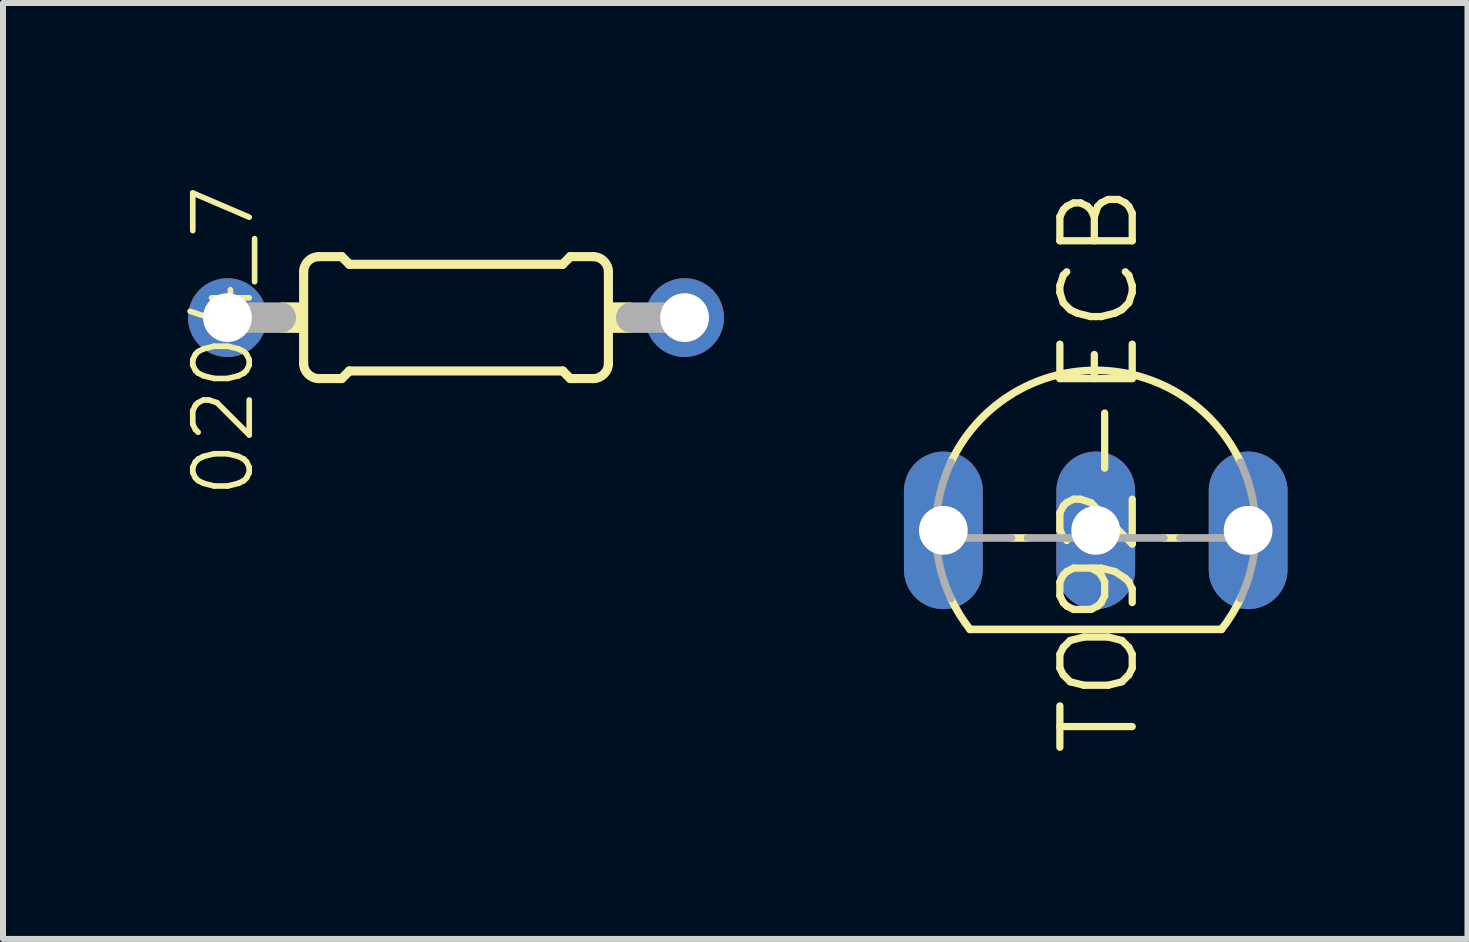
<source format=kicad_pcb>
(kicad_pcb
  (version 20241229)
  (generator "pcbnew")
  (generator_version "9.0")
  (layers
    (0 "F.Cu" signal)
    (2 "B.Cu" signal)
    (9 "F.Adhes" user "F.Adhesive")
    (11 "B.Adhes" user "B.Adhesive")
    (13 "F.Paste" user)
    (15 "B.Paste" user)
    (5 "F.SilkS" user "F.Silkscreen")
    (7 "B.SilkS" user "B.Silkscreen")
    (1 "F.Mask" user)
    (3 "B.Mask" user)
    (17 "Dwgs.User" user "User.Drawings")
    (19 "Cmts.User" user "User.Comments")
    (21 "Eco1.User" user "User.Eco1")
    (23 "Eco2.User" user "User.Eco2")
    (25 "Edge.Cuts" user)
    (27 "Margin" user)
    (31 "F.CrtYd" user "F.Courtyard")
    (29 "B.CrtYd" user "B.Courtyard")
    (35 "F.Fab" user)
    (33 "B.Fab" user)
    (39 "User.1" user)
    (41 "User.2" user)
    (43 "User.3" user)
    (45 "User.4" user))
  (footprint "TO92-ECB"
    (layer "F.Cu")
    (at 15.214 5.79)
    (property "Reference" "TO92-ECB" (at 0.762 3.81 270) (layer "F.SilkS") (effects (font (size 1.206 1.206) (thickness 0.121)) (justify left bottom)))
    (attr through_hole)
    (fp_line (start -2.095 1.651) (end 2.095 1.651) (stroke (width 0.127) (type solid)) (layer "F.SilkS"))
    (fp_line (start -1.136 0.127) (end -1.404 0.127) (stroke (width 0.127) (type solid)) (layer "F.SilkS"))
    (fp_line (start 1.404 0.127) (end 1.136 0.127) (stroke (width 0.127) (type solid)) (layer "F.SilkS"))
    (fp_arc (start -2.413 -1.1359) (mid -0.000001 -2.666986) (end 2.412999 -1.135901) (stroke (width 0.127) (type solid)) (layer "F.SilkS"))
    (fp_arc (start -2.095 1.651) (mid -2.268918 1.40252) (end -2.4135 1.1359) (stroke (width 0.127) (type solid)) (layer "F.SilkS"))
    (fp_arc (start 2.4247 1.1118) (mid 2.275878 1.391201) (end 2.095 1.651) (stroke (width 0.127) (type solid)) (layer "F.SilkS"))
    (fp_line (start -1.404 0.127) (end -2.664 0.127) (stroke (width 0.127) (type solid)) (layer "F.Fab"))
    (fp_line (start 1.136 0.127) (end -1.136 0.127) (stroke (width 0.127) (type solid)) (layer "F.Fab"))
    (fp_line (start 2.664 0.127) (end 1.404 0.127) (stroke (width 0.127) (type solid)) (layer "F.Fab"))
    (fp_arc (start -2.663999 0.127) (mid -2.615866 -0.519826) (end -2.413 -1.1359) (stroke (width 0.127) (type solid)) (layer "F.Fab"))
    (fp_arc (start -2.413 1.1359) (mid -2.588137 0.643799) (end -2.664 0.127) (stroke (width 0.127) (type solid)) (layer "F.Fab"))
    (fp_arc (start 2.413 -1.1359) (mid 2.615846 -0.519822) (end 2.664 0.127) (stroke (width 0.127) (type solid)) (layer "F.Fab"))
    (fp_arc (start 2.664 0.127) (mid 2.588137 0.643799) (end 2.413 1.1359) (stroke (width 0.127) (type solid)) (layer "F.Fab"))
    (pad "B" thru_hole oval (at 2.54 0 90) (size 2.626 1.313) (drill 0.813) (layers "*.Cu" "*.Mask"))
    (pad "C" thru_hole oval (at 0 0 90) (size 2.626 1.313) (drill 0.813) (layers "*.Cu" "*.Mask"))
    (pad "E" thru_hole oval (at -2.54 0 90) (size 2.626 1.313) (drill 0.813) (layers "*.Cu" "*.Mask")))
  (footprint "0204_7"
    (layer "F.Cu")
    (at 4.551 2.244)
    (property "Reference" "0204_7" (at -3.327 3.048 270) (layer "F.SilkS") (effects (font (size 0.941 0.941) (thickness 0.094)) (justify left bottom)))
    (attr through_hole)
    (fp_line (start -2.54 0.762) (end -2.54 -0.762) (stroke (width 0.152) (type solid)) (layer "F.SilkS"))
    (fp_line (start -2.286 -1.016) (end -1.905 -1.016) (stroke (width 0.152) (type solid)) (layer "F.SilkS"))
    (fp_line (start -2.286 1.016) (end -1.905 1.016) (stroke (width 0.152) (type solid)) (layer "F.SilkS"))
    (fp_line (start -1.778 -0.889) (end -1.905 -1.016) (stroke (width 0.152) (type solid)) (layer "F.SilkS"))
    (fp_line (start -1.778 0.889) (end -1.905 1.016) (stroke (width 0.152) (type solid)) (layer "F.SilkS"))
    (fp_line (start 1.778 -0.889) (end -1.778 -0.889) (stroke (width 0.152) (type solid)) (layer "F.SilkS"))
    (fp_line (start 1.778 -0.889) (end 1.905 -1.016) (stroke (width 0.152) (type solid)) (layer "F.SilkS"))
    (fp_line (start 1.778 0.889) (end -1.778 0.889) (stroke (width 0.152) (type solid)) (layer "F.SilkS"))
    (fp_line (start 1.778 0.889) (end 1.905 1.016) (stroke (width 0.152) (type solid)) (layer "F.SilkS"))
    (fp_line (start 2.286 -1.016) (end 1.905 -1.016) (stroke (width 0.152) (type solid)) (layer "F.SilkS"))
    (fp_line (start 2.286 1.016) (end 1.905 1.016) (stroke (width 0.152) (type solid)) (layer "F.SilkS"))
    (fp_line (start 2.54 0.762) (end 2.54 -0.762) (stroke (width 0.152) (type solid)) (layer "F.SilkS"))
    (fp_arc (start -2.54 -0.762) (mid -2.465605 -0.941605) (end -2.286 -1.016) (stroke (width 0.1524) (type solid)) (layer "F.SilkS"))
    (fp_arc (start -2.286 1.016) (mid -2.465605 0.941605) (end -2.54 0.762) (stroke (width 0.1524) (type solid)) (layer "F.SilkS"))
    (fp_arc (start 2.286 -1.016) (mid 2.465605 -0.941605) (end 2.54 -0.762) (stroke (width 0.1524) (type solid)) (layer "F.SilkS"))
    (fp_arc (start 2.54 0.762) (mid 2.465605 0.941605) (end 2.286 1.016) (stroke (width 0.1524) (type solid)) (layer "F.SilkS"))
    (fp_poly (pts (xy -2.921 0.254) (xy -2.54 0.254) (xy -2.54 -0.254) (xy -2.921 -0.254)) (stroke (width 0) (type solid)) (fill yes) (layer "F.SilkS"))
    (fp_poly (pts (xy 2.54 0.254) (xy 2.921 0.254) (xy 2.921 -0.254) (xy 2.54 -0.254)) (stroke (width 0) (type solid)) (fill yes) (layer "F.SilkS"))
    (fp_line (start -3.81 0) (end -2.921 0) (stroke (width 0.508) (type solid)) (layer "F.Fab"))
    (fp_line (start 3.81 0) (end 2.921 0) (stroke (width 0.508) (type solid)) (layer "F.Fab"))
    (pad "1" thru_hole circle (at -3.81 0) (size 1.313 1.313) (drill 0.813) (layers "*.Cu" "*.Mask"))
    (pad "2" thru_hole circle (at 3.81 0) (size 1.313 1.313) (drill 0.813) (layers "*.Cu" "*.Mask")))
  (gr_rect
    (start -3 -3)
    (end 21.41 12.6)
    (stroke (width 0.1) (type default))
    (fill no)
    (layer "Edge.Cuts")))
</source>
